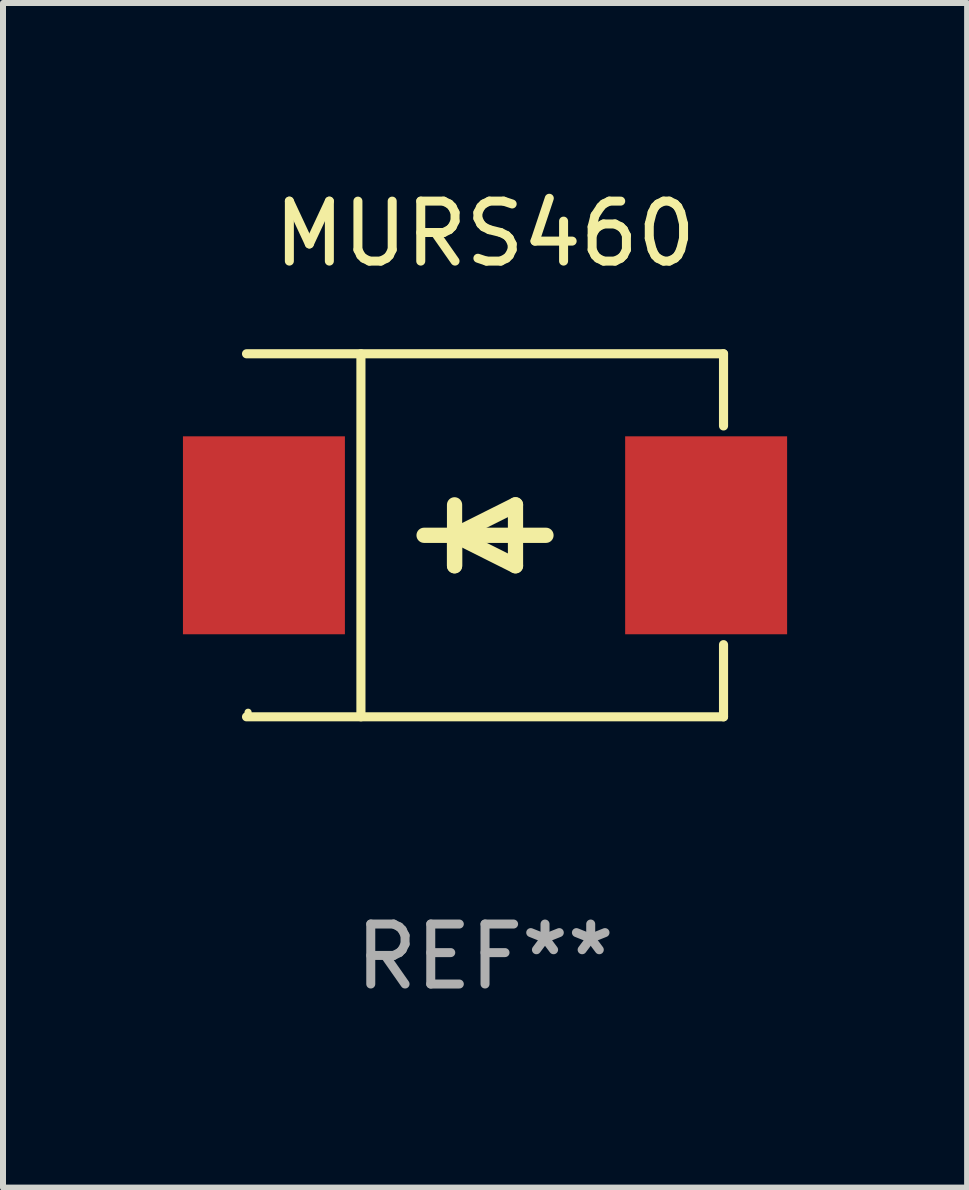
<source format=kicad_pcb>
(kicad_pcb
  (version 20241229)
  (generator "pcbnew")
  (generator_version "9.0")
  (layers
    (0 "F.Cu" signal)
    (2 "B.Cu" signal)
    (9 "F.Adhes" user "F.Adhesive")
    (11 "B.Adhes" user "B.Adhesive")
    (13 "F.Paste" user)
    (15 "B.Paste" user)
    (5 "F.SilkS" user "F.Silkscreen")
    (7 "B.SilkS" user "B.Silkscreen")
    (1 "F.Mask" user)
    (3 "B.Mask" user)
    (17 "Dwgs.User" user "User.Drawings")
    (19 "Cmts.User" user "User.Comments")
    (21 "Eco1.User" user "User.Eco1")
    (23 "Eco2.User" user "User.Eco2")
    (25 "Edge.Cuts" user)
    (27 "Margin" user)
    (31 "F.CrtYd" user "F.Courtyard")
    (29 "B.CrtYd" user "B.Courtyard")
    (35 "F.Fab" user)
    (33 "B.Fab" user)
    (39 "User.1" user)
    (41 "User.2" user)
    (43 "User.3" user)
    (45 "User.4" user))
  (footprint "MURS460"
    (layer "F.Cu")
    (at 5.036 5.874)
    (property "Reference" "MURS460" (at 0 -5.026 0) (layer "F.SilkS") (effects (font (size 1 1) (thickness 0.15))))
    (attr through_hole)
    (fp_line (start -3.976 -3.026) (end 3.976 -3.026) (stroke (width 0.152) (type solid)) (layer "F.SilkS"))
    (fp_line (start -3.976 3.026) (end 3.976 3.026) (stroke (width 0.152) (type solid)) (layer "F.SilkS"))
    (fp_line (start -2.069 -3.026) (end -2.069 3.026) (stroke (width 0.152) (type solid)) (layer "F.SilkS"))
    (fp_line (start -0.508 0) (end -0.508 0.508) (stroke (width 0.254) (type solid)) (layer "F.SilkS"))
    (fp_line (start -0.508 0) (end 0.508 0.508) (stroke (width 0.254) (type solid)) (layer "F.SilkS"))
    (fp_line (start -0.508 0.508) (end -0.508 -0.508) (stroke (width 0.254) (type solid)) (layer "F.SilkS"))
    (fp_line (start 0.508 -0.508) (end -0.508 0) (stroke (width 0.254) (type solid)) (layer "F.SilkS"))
    (fp_line (start 0.508 0.508) (end 0.508 -0.508) (stroke (width 0.254) (type solid)) (layer "F.SilkS"))
    (fp_line (start 1.016 0) (end -1.016 0) (stroke (width 0.254) (type solid)) (layer "F.SilkS"))
    (fp_line (start 3.976 -3.026) (end 3.976 -1.823) (stroke (width 0.152) (type solid)) (layer "F.SilkS"))
    (fp_line (start 3.976 3.026) (end 3.976 1.823) (stroke (width 0.152) (type solid)) (layer "F.SilkS"))
    (fp_circle (center -3.95 2.95) (end -3.92 2.95) (stroke (width 0.06) (type solid)) (fill no) (layer "F.SilkS"))
    (fp_text user "REF**" (at 0 7.026 0) (layer "F.Fab") (effects (font (size 1 1) (thickness 0.15))))
    (pad "1" smd rect (at -3.686 0) (size 2.7 3.3) (layers "F.Cu" "F.Mask" "F.Paste"))
    (pad "2" smd rect (at 3.686 0) (size 2.7 3.3) (layers "F.Cu" "F.Mask" "F.Paste")))
  (gr_rect
    (start -3 -3)
    (end 13.073 16.749)
    (stroke (width 0.1) (type default))
    (fill no)
    (layer "Edge.Cuts")))
</source>
